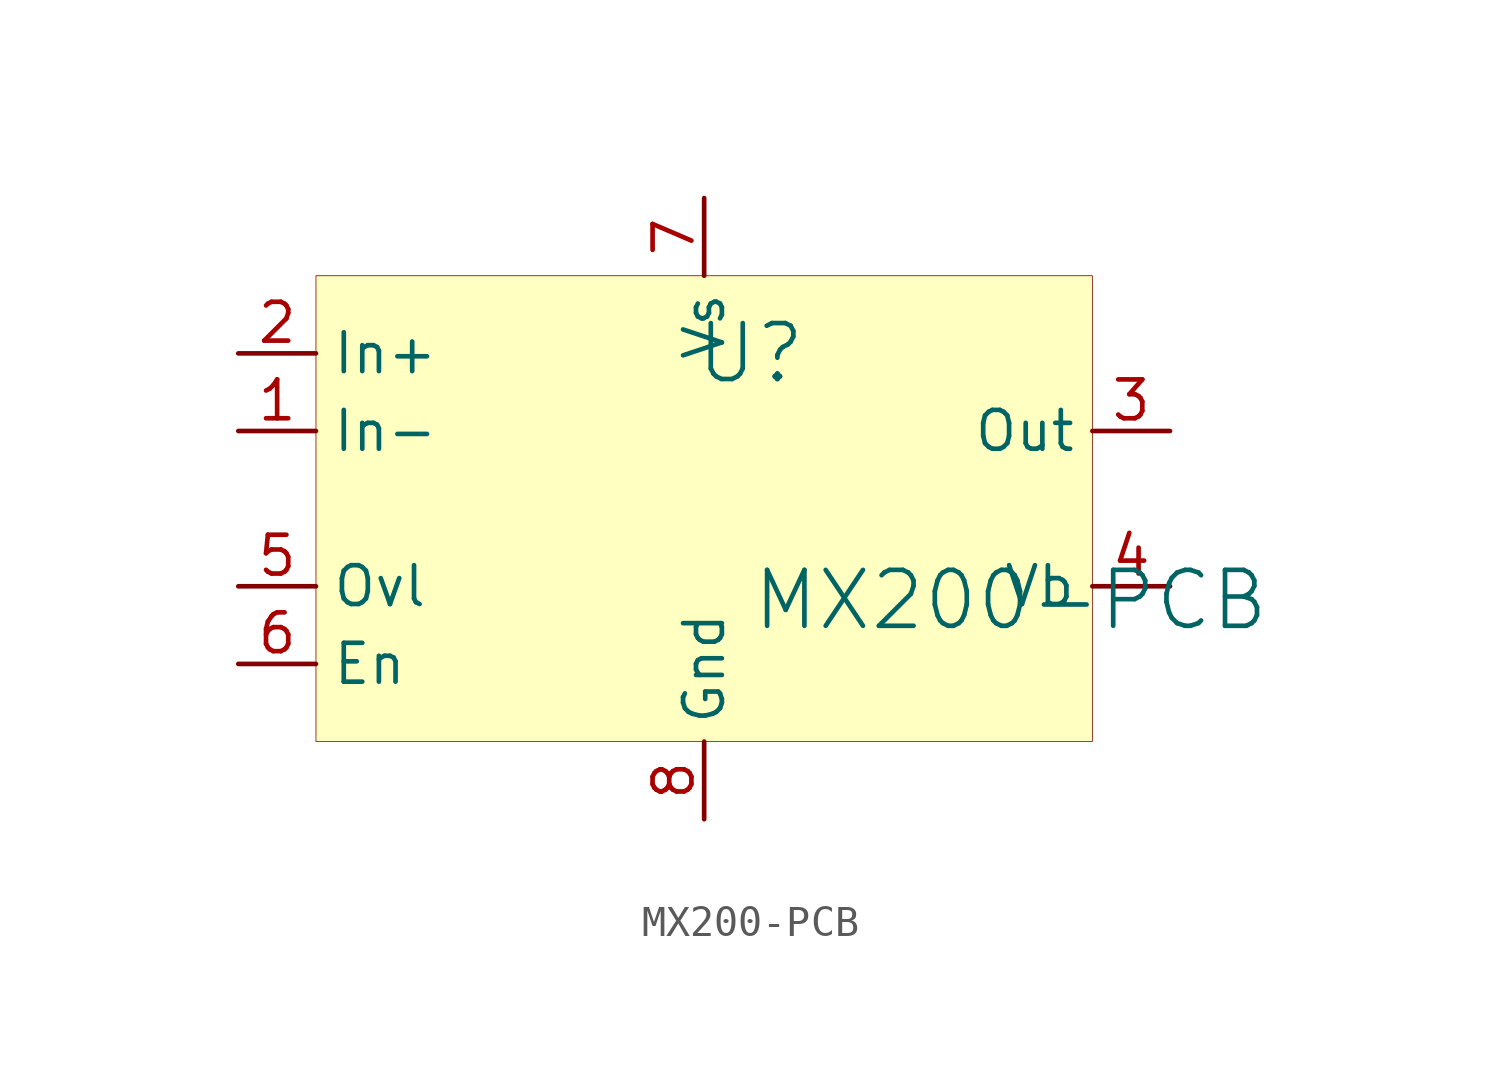
<source format=kicad_sym>
(kicad_symbol_lib
  (version 20241209)
  (generator "kicad_symbol_editor")
  (generator_version "9.0")
  (symbol "MX200-PCB"
    (property "Reference" "U"
      (at 1.524 2.54 0)
      (effects (font (size 1.829 1.829))))
    (property "Value" "MX200-PCB"
      (at 1.524 -6.604 0)
      (effects (font (size 1.829 1.829)) (justify left bottom)))
    (symbol "MX200-PCB_1_0"
      (rectangle (start 12.7 5.08) (end -12.7 -10.16) (stroke (width 0.025) (type solid) (color 128 0 0 1)) (fill (type background)))
      (pin passive line (at -15.24 2.54 0) (length 2.54) (name "In+" (effects (font (size 1.27 1.27)))) (number "2" (effects (font (size 1.27 1.27)))))
      (pin passive line (at -15.24 0 0) (length 2.54) (name "In-" (effects (font (size 1.27 1.27)))) (number "1" (effects (font (size 1.27 1.27)))))
      (pin passive line (at -15.24 -5.08 0) (length 2.54) (name "Ovl" (effects (font (size 1.27 1.27)))) (number "5" (effects (font (size 1.27 1.27)))))
      (pin passive line (at -15.24 -7.62 0) (length 2.54) (name "En" (effects (font (size 1.27 1.27)))) (number "6" (effects (font (size 1.27 1.27)))))
      (pin passive line (at 0 7.62 270) (length 2.54) (name "Vs" (effects (font (size 1.27 1.27)))) (number "7" (effects (font (size 1.27 1.27)))))
      (pin passive line (at 0 -12.7 90) (length 2.54) (name "Gnd" (effects (font (size 1.27 1.27)))) (number "8" (effects (font (size 1.27 1.27)))))
      (pin passive line (at 15.24 0 180) (length 2.54) (name "Out" (effects (font (size 1.27 1.27)))) (number "3" (effects (font (size 1.27 1.27)))))
      (pin passive line (at 15.24 -5.08 180) (length 2.54) (name "Vb" (effects (font (size 1.27 1.27)))) (number "4" (effects (font (size 1.27 1.27))))))))
</source>
